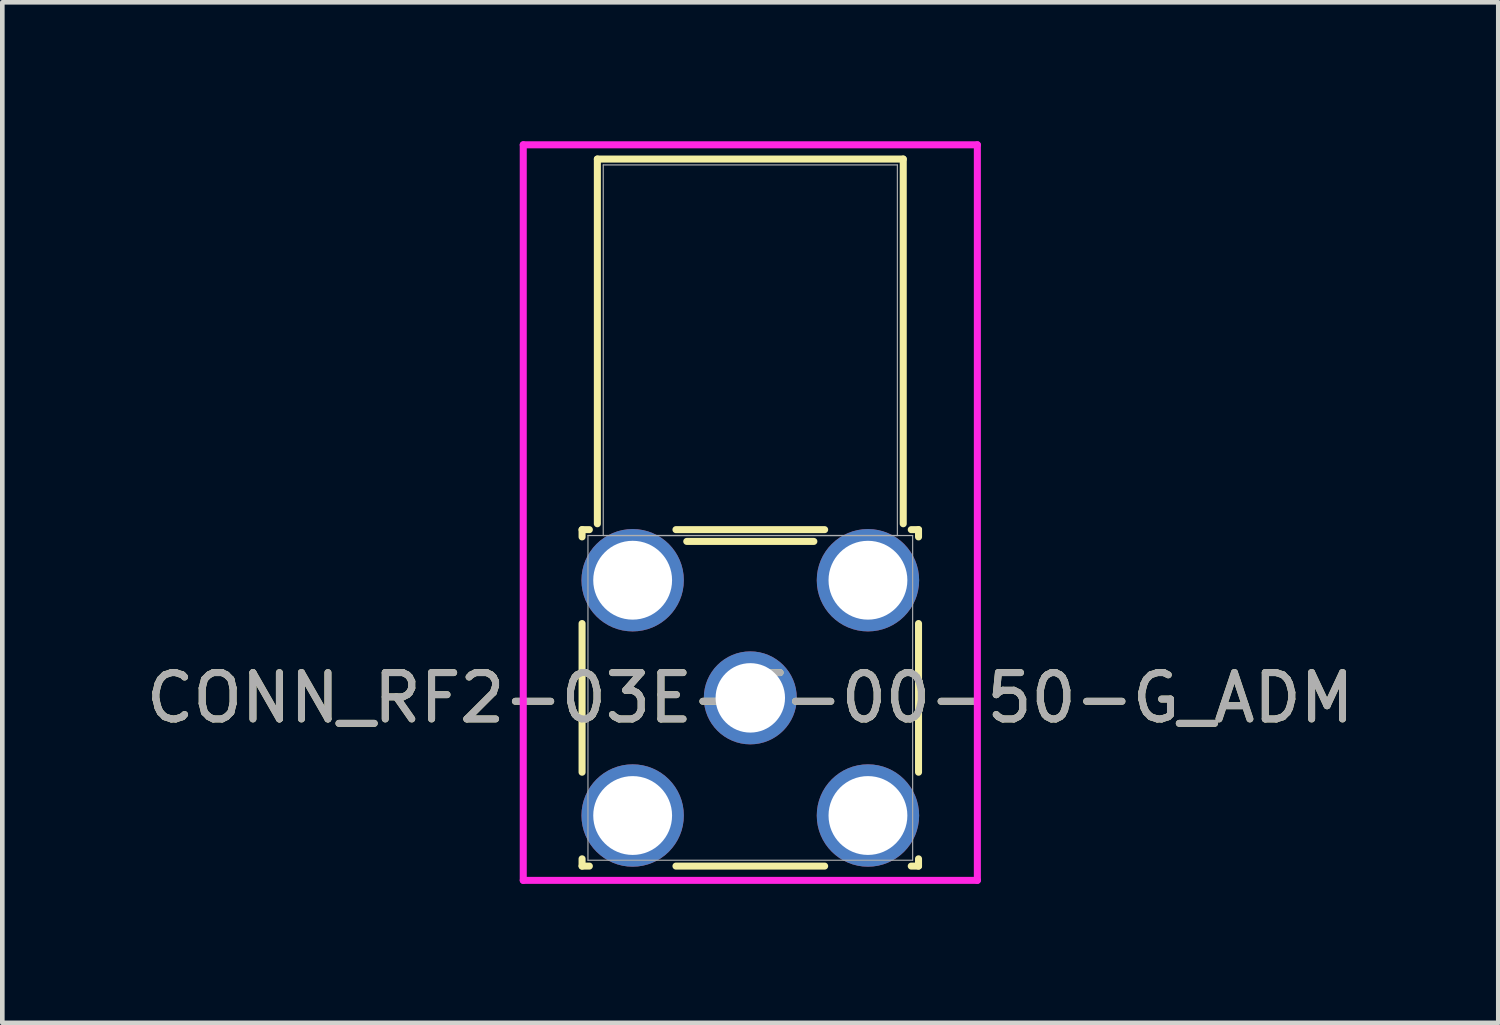
<source format=kicad_pcb>
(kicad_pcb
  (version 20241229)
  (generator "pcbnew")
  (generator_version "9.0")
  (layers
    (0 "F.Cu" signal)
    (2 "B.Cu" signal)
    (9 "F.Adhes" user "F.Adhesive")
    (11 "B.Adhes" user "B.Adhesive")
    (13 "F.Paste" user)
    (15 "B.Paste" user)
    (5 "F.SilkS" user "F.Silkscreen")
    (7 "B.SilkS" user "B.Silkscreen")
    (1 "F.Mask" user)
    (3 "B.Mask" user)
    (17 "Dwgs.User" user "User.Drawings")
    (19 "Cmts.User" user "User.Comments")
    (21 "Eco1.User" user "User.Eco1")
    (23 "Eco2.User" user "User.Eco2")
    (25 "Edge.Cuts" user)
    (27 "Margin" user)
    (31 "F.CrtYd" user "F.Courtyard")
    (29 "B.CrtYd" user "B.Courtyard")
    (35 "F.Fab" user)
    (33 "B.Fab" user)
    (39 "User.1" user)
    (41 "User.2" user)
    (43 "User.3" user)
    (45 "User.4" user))
  (footprint "CONN_RF2-03E-T-00-50-G_ADM"
    (layer "F.Cu")
    (at 13.149 12.017)
    (property "Reference" "CONN_RF2-03E-T-00-50-G_ADM" (at 0 0 0) (unlocked yes) (layer "F.SilkS") (effects (font (size 1 1) (thickness 0.15))))
    (attr through_hole)
    (fp_line (start -3.632 -3.632) (end -3.632 -3.475) (stroke (width 0.152) (type solid)) (layer "F.SilkS"))
    (fp_line (start -3.632 -1.605) (end -3.632 1.605) (stroke (width 0.152) (type solid)) (layer "F.SilkS"))
    (fp_line (start -3.632 3.475) (end -3.632 3.632) (stroke (width 0.152) (type solid)) (layer "F.SilkS"))
    (fp_line (start -3.632 3.632) (end -3.475 3.632) (stroke (width 0.152) (type solid)) (layer "F.SilkS"))
    (fp_line (start -3.475 -3.632) (end -3.632 -3.632) (stroke (width 0.152) (type solid)) (layer "F.SilkS"))
    (fp_line (start -3.302 -11.633) (end -3.302 -3.759) (stroke (width 0.152) (type solid)) (layer "F.SilkS"))
    (fp_line (start -1.605 3.632) (end 1.605 3.632) (stroke (width 0.152) (type solid)) (layer "F.SilkS"))
    (fp_line (start -1.372 -3.378) (end 1.372 -3.378) (stroke (width 0.152) (type solid)) (layer "F.SilkS"))
    (fp_line (start 1.605 -3.632) (end -1.605 -3.632) (stroke (width 0.152) (type solid)) (layer "F.SilkS"))
    (fp_line (start 3.302 -11.633) (end -3.302 -11.633) (stroke (width 0.152) (type solid)) (layer "F.SilkS"))
    (fp_line (start 3.302 -3.759) (end 3.302 -11.633) (stroke (width 0.152) (type solid)) (layer "F.SilkS"))
    (fp_line (start 3.475 3.632) (end 3.632 3.632) (stroke (width 0.152) (type solid)) (layer "F.SilkS"))
    (fp_line (start 3.632 -3.632) (end 3.475 -3.632) (stroke (width 0.152) (type solid)) (layer "F.SilkS"))
    (fp_line (start 3.632 -3.475) (end 3.632 -3.632) (stroke (width 0.152) (type solid)) (layer "F.SilkS"))
    (fp_line (start 3.632 1.605) (end 3.632 -1.605) (stroke (width 0.152) (type solid)) (layer "F.SilkS"))
    (fp_line (start 3.632 3.632) (end 3.632 3.475) (stroke (width 0.152) (type solid)) (layer "F.SilkS"))
    (fp_line (start -4.902 -11.941) (end 4.902 -11.941) (stroke (width 0.152) (type solid)) (layer "F.CrtYd"))
    (fp_line (start -4.902 3.94) (end -4.902 -11.941) (stroke (width 0.152) (type solid)) (layer "F.CrtYd"))
    (fp_line (start 4.902 -11.941) (end 4.902 3.94) (stroke (width 0.152) (type solid)) (layer "F.CrtYd"))
    (fp_line (start 4.902 3.94) (end -4.902 3.94) (stroke (width 0.152) (type solid)) (layer "F.CrtYd"))
    (fp_line (start -3.505 -3.505) (end -3.505 3.505) (stroke (width 0.025) (type solid)) (layer "F.Fab"))
    (fp_line (start -3.505 3.505) (end 3.505 3.505) (stroke (width 0.025) (type solid)) (layer "F.Fab"))
    (fp_line (start -3.175 -11.506) (end -3.175 -3.505) (stroke (width 0.025) (type solid)) (layer "F.Fab"))
    (fp_line (start -3.175 -3.505) (end 3.175 -3.505) (stroke (width 0.025) (type solid)) (layer "F.Fab"))
    (fp_line (start 3.175 -11.506) (end -3.175 -11.506) (stroke (width 0.025) (type solid)) (layer "F.Fab"))
    (fp_line (start 3.175 -3.505) (end 3.175 -11.506) (stroke (width 0.025) (type solid)) (layer "F.Fab"))
    (fp_line (start 3.505 -3.505) (end -3.505 -3.505) (stroke (width 0.025) (type solid)) (layer "F.Fab"))
    (fp_line (start 3.505 3.505) (end 3.505 -3.505) (stroke (width 0.025) (type solid)) (layer "F.Fab"))
    (fp_circle (center 3.124 0) (end 3.124 0) (stroke (width 0.025) (type solid)) (fill no) (layer "F.Fab"))
    (fp_text user "${REFERENCE}" (at 0 0 0) (unlocked yes) (layer "F.Fab") (effects (font (size 1 1) (thickness 0.15))))
    (pad "1" thru_hole circle (at 0 0) (size 2.007 2.007) (drill 1.499) (layers "*.Cu" "*.Mask"))
    (pad "2" thru_hole circle (at -2.54 -2.54) (size 2.21 2.21) (drill 1.702) (layers "*.Cu" "*.Mask"))
    (pad "3" thru_hole circle (at -2.54 2.54) (size 2.21 2.21) (drill 1.702) (layers "*.Cu" "*.Mask"))
    (pad "4" thru_hole circle (at 2.54 2.54) (size 2.21 2.21) (drill 1.702) (layers "*.Cu" "*.Mask"))
    (pad "5" thru_hole circle (at 2.54 -2.54) (size 2.21 2.21) (drill 1.702) (layers "*.Cu" "*.Mask")))
  (gr_rect
    (start -3 -3)
    (end 29.298 19.033)
    (stroke (width 0.1) (type default))
    (fill no)
    (layer "Edge.Cuts")))
</source>
